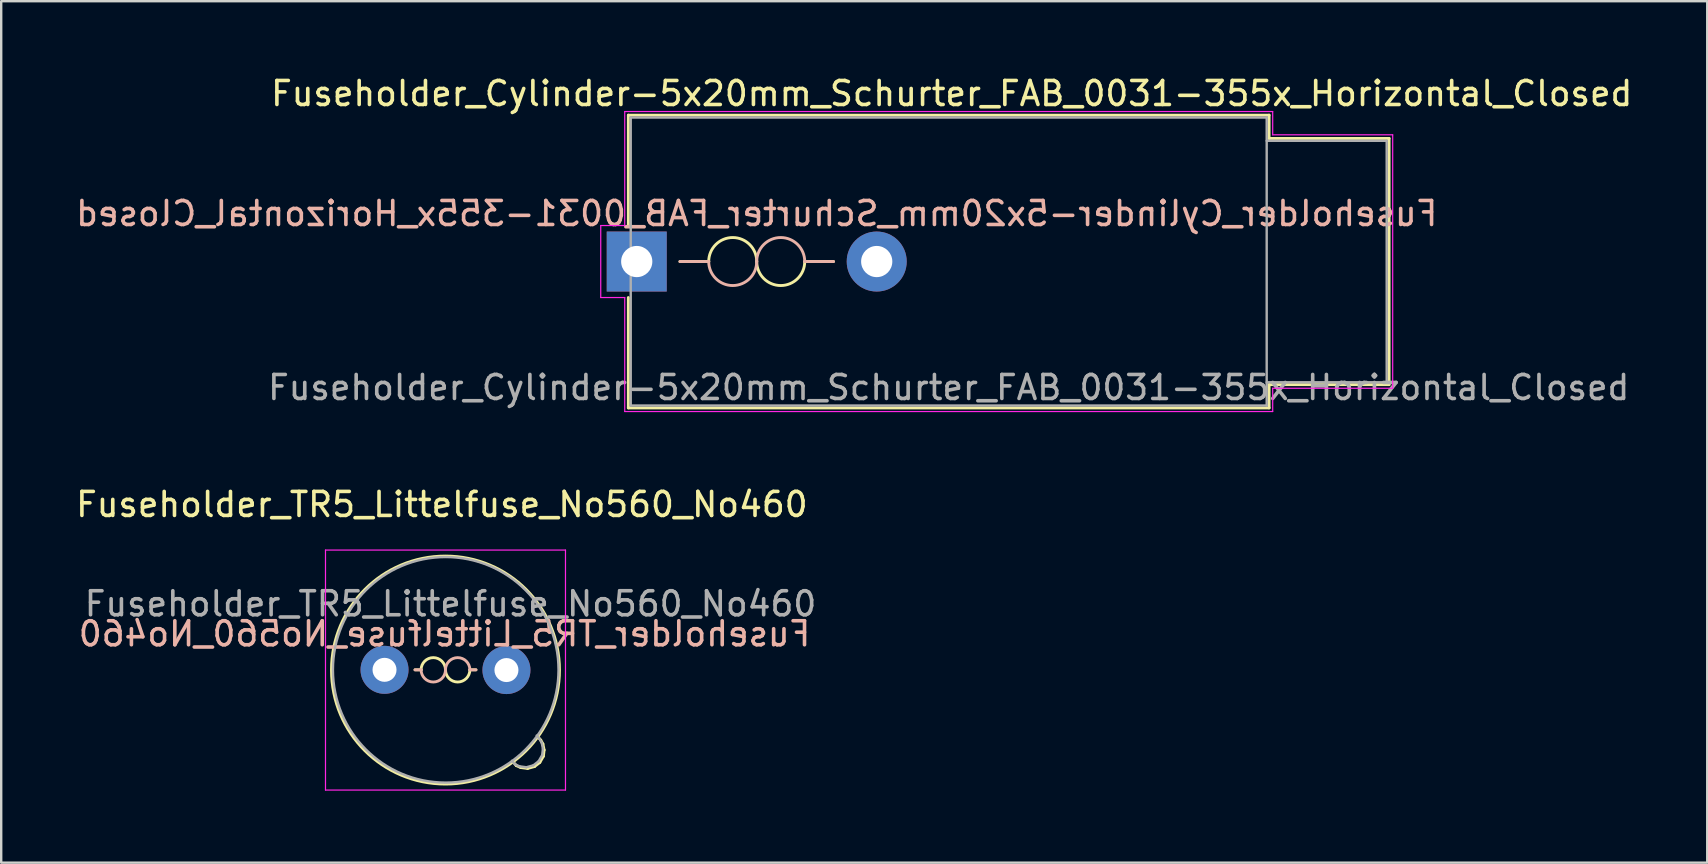
<source format=kicad_pcb>
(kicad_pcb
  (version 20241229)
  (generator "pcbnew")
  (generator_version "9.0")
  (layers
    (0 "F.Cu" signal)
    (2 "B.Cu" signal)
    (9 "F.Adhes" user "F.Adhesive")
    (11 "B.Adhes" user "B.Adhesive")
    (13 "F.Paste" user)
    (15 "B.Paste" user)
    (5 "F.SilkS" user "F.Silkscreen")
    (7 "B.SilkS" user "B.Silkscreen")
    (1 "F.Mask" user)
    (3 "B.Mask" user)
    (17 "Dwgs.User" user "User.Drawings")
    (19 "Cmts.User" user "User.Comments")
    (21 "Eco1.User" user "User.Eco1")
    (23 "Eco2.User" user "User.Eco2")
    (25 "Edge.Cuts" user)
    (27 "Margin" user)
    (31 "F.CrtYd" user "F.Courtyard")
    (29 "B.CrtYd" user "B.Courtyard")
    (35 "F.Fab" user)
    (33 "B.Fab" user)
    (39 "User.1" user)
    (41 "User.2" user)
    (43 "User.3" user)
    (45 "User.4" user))
  (footprint "Fuseholder_TR5_Littelfuse_No560_No460"
    (layer "F.Cu")
    (at 12.973 24.861)
    (property "Reference" "Fuseholder_TR5_Littelfuse_No560_No460" (at 2.39 -6.89 0) (layer "F.SilkS") (effects (font (size 1 1) (thickness 0.15))))
    (fp_line (start 1.27 0) (end 1.524 0) (stroke (width 0.12) (type solid)) (layer "F.SilkS"))
    (fp_line (start 3.81 0) (end 3.556 0) (stroke (width 0.12) (type solid)) (layer "F.SilkS"))
    (fp_line (start 5.49 3.99) (end 5.36 3.84) (stroke (width 0.12) (type solid)) (layer "F.SilkS"))
    (fp_line (start 5.67 4.07) (end 5.49 3.99) (stroke (width 0.12) (type solid)) (layer "F.SilkS"))
    (fp_line (start 5.96 4.11) (end 5.67 4.07) (stroke (width 0.12) (type solid)) (layer "F.SilkS"))
    (fp_line (start 6.25 4.03) (end 5.96 4.11) (stroke (width 0.12) (type solid)) (layer "F.SilkS"))
    (fp_line (start 6.39 2.79) (end 6.51 2.93) (stroke (width 0.12) (type solid)) (layer "F.SilkS"))
    (fp_line (start 6.47 3.86) (end 6.25 4.03) (stroke (width 0.12) (type solid)) (layer "F.SilkS"))
    (fp_line (start 6.51 2.93) (end 6.6 3.09) (stroke (width 0.12) (type solid)) (layer "F.SilkS"))
    (fp_line (start 6.6 3.09) (end 6.65 3.34) (stroke (width 0.12) (type solid)) (layer "F.SilkS"))
    (fp_line (start 6.62 3.6) (end 6.47 3.86) (stroke (width 0.12) (type solid)) (layer "F.SilkS"))
    (fp_line (start 6.65 3.34) (end 6.62 3.6) (stroke (width 0.12) (type solid)) (layer "F.SilkS"))
    (fp_arc (start 1.524 0) (mid 2.032 -0.508) (end 2.54 0) (stroke (width 0.12) (type solid)) (layer "F.SilkS"))
    (fp_arc (start 3.556 0) (mid 3.048 0.508) (end 2.54 0) (stroke (width 0.12) (type solid)) (layer "F.SilkS"))
    (fp_circle (center 2.54 0.01) (end 7.29 0.01) (stroke (width 0.12) (type solid)) (fill no) (layer "F.SilkS"))
    (fp_line (start 1.27 0) (end 1.524 0) (stroke (width 0.12) (type solid)) (layer "B.SilkS"))
    (fp_line (start 3.81 0) (end 3.556 0) (stroke (width 0.12) (type solid)) (layer "B.SilkS"))
    (fp_arc (start 2.54 0) (mid 2.032 0.508) (end 1.524 0) (stroke (width 0.12) (type solid)) (layer "B.SilkS"))
    (fp_arc (start 2.54 0) (mid 3.048 -0.508) (end 3.556 0) (stroke (width 0.12) (type solid)) (layer "B.SilkS"))
    (fp_line (start -2.46 -4.99) (end -2.46 5.01) (stroke (width 0.05) (type solid)) (layer "F.CrtYd"))
    (fp_line (start -2.46 -4.99) (end 7.54 -4.99) (stroke (width 0.05) (type solid)) (layer "F.CrtYd"))
    (fp_line (start 7.54 5.01) (end -2.46 5.01) (stroke (width 0.05) (type solid)) (layer "F.CrtYd"))
    (fp_line (start 7.54 5.01) (end 7.54 -4.99) (stroke (width 0.05) (type solid)) (layer "F.CrtYd"))
    (fp_line (start 5.44 3.94) (end 5.31 3.79) (stroke (width 0.1) (type solid)) (layer "F.Fab"))
    (fp_line (start 5.62 4.02) (end 5.44 3.94) (stroke (width 0.1) (type solid)) (layer "F.Fab"))
    (fp_line (start 5.91 4.06) (end 5.62 4.02) (stroke (width 0.1) (type solid)) (layer "F.Fab"))
    (fp_line (start 6.2 3.98) (end 5.91 4.06) (stroke (width 0.1) (type solid)) (layer "F.Fab"))
    (fp_line (start 6.34 2.74) (end 6.46 2.88) (stroke (width 0.1) (type solid)) (layer "F.Fab"))
    (fp_line (start 6.42 3.81) (end 6.2 3.98) (stroke (width 0.1) (type solid)) (layer "F.Fab"))
    (fp_line (start 6.46 2.88) (end 6.55 3.04) (stroke (width 0.1) (type solid)) (layer "F.Fab"))
    (fp_line (start 6.55 3.04) (end 6.6 3.29) (stroke (width 0.1) (type solid)) (layer "F.Fab"))
    (fp_line (start 6.57 3.55) (end 6.42 3.81) (stroke (width 0.1) (type solid)) (layer "F.Fab"))
    (fp_line (start 6.6 3.29) (end 6.57 3.55) (stroke (width 0.1) (type solid)) (layer "F.Fab"))
    (fp_circle (center 2.55 0) (end 7.25 0) (stroke (width 0.1) (type solid)) (fill no) (layer "F.Fab"))
    (fp_text user "${REFERENCE}" (at 2.5 -1.5 0) (layer "B.SilkS") (effects (font (size 1 1) (thickness 0.15)) (justify mirror)))
    (fp_text user "${REFERENCE}" (at 2.75 -2.75 0) (layer "F.Fab") (effects (font (size 1 1) (thickness 0.15))))
    (pad "1" thru_hole circle (at 0 0) (size 2 2) (drill 1) (layers "*.Cu" "*.Mask"))
    (pad "2" thru_hole circle (at 5.08 0.01) (size 2 2) (drill 1) (layers "*.Cu" "*.Mask")))
  (footprint "Fuseholder_Cylinder-5x20mm_Schurter_FAB_0031-355x_Horizontal_Closed"
    (layer "F.Cu")
    (at 23.482 7.848)
    (property "Reference" "Fuseholder_Cylinder-5x20mm_Schurter_FAB_0031-355x_Horizontal_Closed" (at 13.125 -7 0) (layer "F.SilkS") (effects (font (size 1 1) (thickness 0.15))))
    (fp_line (start -0.35 -6.1) (end -0.35 -1.5) (stroke (width 0.12) (type solid)) (layer "F.SilkS"))
    (fp_line (start -0.35 1.5) (end -0.35 6.1) (stroke (width 0.12) (type solid)) (layer "F.SilkS"))
    (fp_line (start -0.35 6.1) (end 26.35 6.1) (stroke (width 0.12) (type solid)) (layer "F.SilkS"))
    (fp_line (start 3 0) (end 1.8 0) (stroke (width 0.12) (type solid)) (layer "F.SilkS"))
    (fp_line (start 8.2 0) (end 7 0) (stroke (width 0.12) (type solid)) (layer "F.SilkS"))
    (fp_line (start 26.35 -6.1) (end -0.35 -6.1) (stroke (width 0.12) (type solid)) (layer "F.SilkS"))
    (fp_line (start 26.35 -5.13) (end 26.35 -6.1) (stroke (width 0.12) (type solid)) (layer "F.SilkS"))
    (fp_line (start 26.35 -5.13) (end 31.35 -5.13) (stroke (width 0.12) (type solid)) (layer "F.SilkS"))
    (fp_line (start 26.35 5.13) (end 26.35 6.1) (stroke (width 0.12) (type solid)) (layer "F.SilkS"))
    (fp_line (start 31.35 -5.13) (end 31.35 5.13) (stroke (width 0.12) (type solid)) (layer "F.SilkS"))
    (fp_line (start 31.35 5.13) (end 26.35 5.13) (stroke (width 0.12) (type solid)) (layer "F.SilkS"))
    (fp_arc (start 3 0) (mid 4 -1) (end 5 0) (stroke (width 0.12) (type solid)) (layer "F.SilkS"))
    (fp_arc (start 7 0) (mid 6 1) (end 5 0) (stroke (width 0.12) (type solid)) (layer "F.SilkS"))
    (fp_line (start 1.8 0) (end 3 0) (stroke (width 0.12) (type solid)) (layer "B.SilkS"))
    (fp_line (start 7 0) (end 8.2 0) (stroke (width 0.12) (type solid)) (layer "B.SilkS"))
    (fp_arc (start 5 0) (mid 4 1) (end 3 0) (stroke (width 0.12) (type solid)) (layer "B.SilkS"))
    (fp_arc (start 5 0) (mid 6 -1) (end 7 0) (stroke (width 0.12) (type solid)) (layer "B.SilkS"))
    (fp_line (start -1.5 -1.5) (end -1.5 1.5) (stroke (width 0.05) (type solid)) (layer "F.CrtYd"))
    (fp_line (start -1.5 1.5) (end -0.5 1.5) (stroke (width 0.05) (type solid)) (layer "F.CrtYd"))
    (fp_line (start -0.5 -6.25) (end -0.5 -1.5) (stroke (width 0.05) (type solid)) (layer "F.CrtYd"))
    (fp_line (start -0.5 -6.25) (end 26.5 -6.25) (stroke (width 0.05) (type solid)) (layer "F.CrtYd"))
    (fp_line (start -0.5 -1.5) (end -1.5 -1.5) (stroke (width 0.05) (type solid)) (layer "F.CrtYd"))
    (fp_line (start -0.5 1.5) (end -0.5 6.25) (stroke (width 0.05) (type solid)) (layer "F.CrtYd"))
    (fp_line (start 26.5 -6.25) (end 26.5 -5.28) (stroke (width 0.05) (type solid)) (layer "F.CrtYd"))
    (fp_line (start 26.5 5.28) (end 26.5 6.25) (stroke (width 0.05) (type solid)) (layer "F.CrtYd"))
    (fp_line (start 26.5 5.28) (end 31.5 5.28) (stroke (width 0.05) (type solid)) (layer "F.CrtYd"))
    (fp_line (start 26.5 6.25) (end -0.5 6.25) (stroke (width 0.05) (type solid)) (layer "F.CrtYd"))
    (fp_line (start 31.5 -5.28) (end 26.5 -5.28) (stroke (width 0.05) (type solid)) (layer "F.CrtYd"))
    (fp_line (start 31.5 5.28) (end 31.5 -5.28) (stroke (width 0.05) (type solid)) (layer "F.CrtYd"))
    (fp_line (start -0.25 -6) (end 26.25 -6) (stroke (width 0.1) (type solid)) (layer "F.Fab"))
    (fp_line (start -0.25 6) (end -0.25 -6) (stroke (width 0.1) (type solid)) (layer "F.Fab"))
    (fp_line (start 26.25 -6) (end 26.25 6) (stroke (width 0.1) (type solid)) (layer "F.Fab"))
    (fp_line (start 26.25 -5.03) (end 31.25 -5.03) (stroke (width 0.1) (type solid)) (layer "F.Fab"))
    (fp_line (start 26.25 6) (end -0.25 6) (stroke (width 0.1) (type solid)) (layer "F.Fab"))
    (fp_line (start 31.25 -5.03) (end 31.25 5.03) (stroke (width 0.1) (type solid)) (layer "F.Fab"))
    (fp_line (start 31.25 5.03) (end 26.25 5.03) (stroke (width 0.1) (type solid)) (layer "F.Fab"))
    (fp_text user "${REFERENCE}" (at 5 -2 0) (layer "B.SilkS") (effects (font (size 1 1) (thickness 0.15)) (justify mirror)))
    (fp_text user "${REFERENCE}" (at 13 5.25 0) (layer "F.Fab") (effects (font (size 1 1) (thickness 0.15))))
    (pad "1" thru_hole rect (at 0 0) (size 2.5 2.5) (drill 1.3) (layers "*.Cu" "*.Mask"))
    (pad "2" thru_hole circle (at 10 0) (size 2.5 2.5) (drill 1.3) (layers "*.Cu" "*.Mask")))
  (gr_rect
    (start -3 -3)
    (end 68.089 32.897)
    (stroke (width 0.1) (type default))
    (fill no)
    (layer "Edge.Cuts")))
</source>
